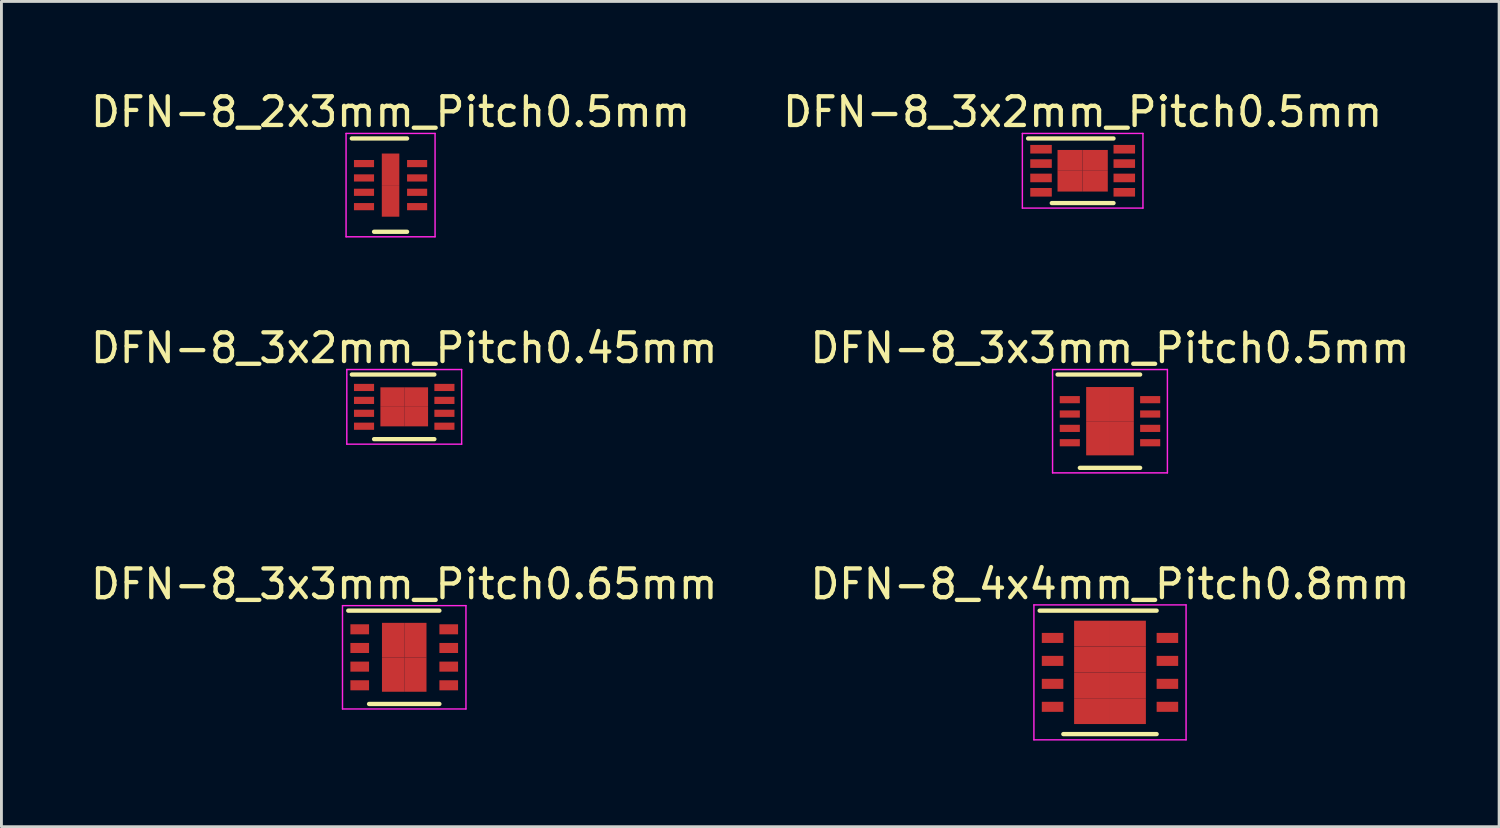
<source format=kicad_pcb>
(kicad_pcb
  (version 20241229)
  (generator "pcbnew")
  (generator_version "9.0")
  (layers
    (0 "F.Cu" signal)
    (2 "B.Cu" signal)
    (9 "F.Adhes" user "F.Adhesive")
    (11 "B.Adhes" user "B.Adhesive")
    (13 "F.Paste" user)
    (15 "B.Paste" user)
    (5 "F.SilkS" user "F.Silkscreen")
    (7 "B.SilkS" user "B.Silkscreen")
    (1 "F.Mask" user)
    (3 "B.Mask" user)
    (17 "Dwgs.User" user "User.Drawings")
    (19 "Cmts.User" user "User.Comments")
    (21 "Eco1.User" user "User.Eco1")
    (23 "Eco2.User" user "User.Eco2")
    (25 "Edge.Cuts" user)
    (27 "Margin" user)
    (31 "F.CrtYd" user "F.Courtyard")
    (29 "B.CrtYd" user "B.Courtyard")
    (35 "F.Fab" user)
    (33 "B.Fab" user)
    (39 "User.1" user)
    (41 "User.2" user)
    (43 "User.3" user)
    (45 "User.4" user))
  (footprint "DFN-8_4x4mm_Pitch0.8mm"
    (layer "F.Cu")
    (at 35.613 20.37)
    (property "Reference" "DFN-8_4x4mm_Pitch0.8mm" (at 0 -3.075 0) (layer "F.SilkS") (effects (font (size 1 1) (thickness 0.15))))
    (attr smd)
    (fp_line (start -2.45 -2.15) (end 1.625 -2.15) (stroke (width 0.15) (type solid)) (layer "F.SilkS"))
    (fp_line (start -1.625 2.15) (end 1.625 2.15) (stroke (width 0.15) (type solid)) (layer "F.SilkS"))
    (fp_line (start -2.65 -2.35) (end -2.65 2.35) (stroke (width 0.05) (type solid)) (layer "F.CrtYd"))
    (fp_line (start -2.65 -2.35) (end 2.65 -2.35) (stroke (width 0.05) (type solid)) (layer "F.CrtYd"))
    (fp_line (start -2.65 2.35) (end 2.65 2.35) (stroke (width 0.05) (type solid)) (layer "F.CrtYd"))
    (fp_line (start 2.65 -2.35) (end 2.65 2.35) (stroke (width 0.05) (type solid)) (layer "F.CrtYd"))
    (pad "1" smd rect (at -2 -1.2) (size 0.75 0.35) (layers "F.Cu" "F.Mask" "F.Paste"))
    (pad "2" smd rect (at -2 -0.4) (size 0.75 0.35) (layers "F.Cu" "F.Mask" "F.Paste"))
    (pad "3" smd rect (at -2 0.4) (size 0.75 0.35) (layers "F.Cu" "F.Mask" "F.Paste"))
    (pad "4" smd rect (at -2 1.2) (size 0.75 0.35) (layers "F.Cu" "F.Mask" "F.Paste"))
    (pad "5" smd rect (at 2 1.2) (size 0.75 0.35) (layers "F.Cu" "F.Mask" "F.Paste"))
    (pad "6" smd rect (at 2 0.4) (size 0.75 0.35) (layers "F.Cu" "F.Mask" "F.Paste"))
    (pad "7" smd rect (at 2 -0.4) (size 0.75 0.35) (layers "F.Cu" "F.Mask" "F.Paste"))
    (pad "8" smd rect (at 2 -1.2) (size 0.75 0.35) (layers "F.Cu" "F.Mask" "F.Paste"))
    (pad "9" smd rect (at -0.625 -1.35) (size 1.25 0.9) (layers "F.Cu" "F.Mask" "F.Paste"))
    (pad "9" smd rect (at -0.625 -0.45) (size 1.25 0.9) (layers "F.Cu" "F.Mask" "F.Paste"))
    (pad "9" smd rect (at -0.625 0.45) (size 1.25 0.9) (layers "F.Cu" "F.Mask" "F.Paste"))
    (pad "9" smd rect (at -0.625 1.35) (size 1.25 0.9) (layers "F.Cu" "F.Mask" "F.Paste"))
    (pad "9" smd rect (at 0.625 -1.35) (size 1.25 0.9) (layers "F.Cu" "F.Mask" "F.Paste"))
    (pad "9" smd rect (at 0.625 -0.45) (size 1.25 0.9) (layers "F.Cu" "F.Mask" "F.Paste"))
    (pad "9" smd rect (at 0.625 0.45) (size 1.25 0.9) (layers "F.Cu" "F.Mask" "F.Paste"))
    (pad "9" smd rect (at 0.625 1.35) (size 1.25 0.9) (layers "F.Cu" "F.Mask" "F.Paste")))
  (footprint "DFN-8_3x3mm_Pitch0.65mm"
    (layer "F.Cu")
    (at 11.03 19.845)
    (property "Reference" "DFN-8_3x3mm_Pitch0.65mm" (at 0 -2.55 0) (layer "F.SilkS") (effects (font (size 1 1) (thickness 0.15))))
    (attr smd)
    (fp_line (start -1.95 -1.625) (end 1.225 -1.625) (stroke (width 0.15) (type solid)) (layer "F.SilkS"))
    (fp_line (start -1.225 1.625) (end 1.225 1.625) (stroke (width 0.15) (type solid)) (layer "F.SilkS"))
    (fp_line (start -2.15 -1.8) (end -2.15 1.8) (stroke (width 0.05) (type solid)) (layer "F.CrtYd"))
    (fp_line (start -2.15 -1.8) (end 2.15 -1.8) (stroke (width 0.05) (type solid)) (layer "F.CrtYd"))
    (fp_line (start -2.15 1.8) (end 2.15 1.8) (stroke (width 0.05) (type solid)) (layer "F.CrtYd"))
    (fp_line (start 2.15 -1.8) (end 2.15 1.8) (stroke (width 0.05) (type solid)) (layer "F.CrtYd"))
    (pad "1" smd rect (at -1.55 -0.975) (size 0.65 0.35) (layers "F.Cu" "F.Mask" "F.Paste"))
    (pad "2" smd rect (at -1.55 -0.325) (size 0.65 0.35) (layers "F.Cu" "F.Mask" "F.Paste"))
    (pad "3" smd rect (at -1.55 0.325) (size 0.65 0.35) (layers "F.Cu" "F.Mask" "F.Paste"))
    (pad "4" smd rect (at -1.55 0.975) (size 0.65 0.35) (layers "F.Cu" "F.Mask" "F.Paste"))
    (pad "5" smd rect (at 1.55 0.975) (size 0.65 0.35) (layers "F.Cu" "F.Mask" "F.Paste"))
    (pad "6" smd rect (at 1.55 0.325) (size 0.65 0.35) (layers "F.Cu" "F.Mask" "F.Paste"))
    (pad "7" smd rect (at 1.55 -0.325) (size 0.65 0.35) (layers "F.Cu" "F.Mask" "F.Paste"))
    (pad "8" smd rect (at 1.55 -0.975) (size 0.65 0.35) (layers "F.Cu" "F.Mask" "F.Paste"))
    (pad "9" smd rect (at -0.388 -0.6) (size 0.775 1.2) (layers "F.Cu" "F.Mask" "F.Paste"))
    (pad "9" smd rect (at -0.388 0.6) (size 0.775 1.2) (layers "F.Cu" "F.Mask" "F.Paste"))
    (pad "9" smd rect (at 0.388 -0.6) (size 0.775 1.2) (layers "F.Cu" "F.Mask" "F.Paste"))
    (pad "9" smd rect (at 0.388 0.6) (size 0.775 1.2) (layers "F.Cu" "F.Mask" "F.Paste")))
  (footprint "DFN-8_3x2mm_Pitch0.5mm"
    (layer "F.Cu")
    (at 34.661 2.898)
    (property "Reference" "DFN-8_3x2mm_Pitch0.5mm" (at 0 -2.05 0) (layer "F.SilkS") (effects (font (size 1 1) (thickness 0.15))))
    (attr smd)
    (fp_line (start -1.9 -1.125) (end 1.075 -1.125) (stroke (width 0.15) (type solid)) (layer "F.SilkS"))
    (fp_line (start -1.075 1.125) (end 1.075 1.125) (stroke (width 0.15) (type solid)) (layer "F.SilkS"))
    (fp_line (start -2.1 -1.3) (end -2.1 1.3) (stroke (width 0.05) (type solid)) (layer "F.CrtYd"))
    (fp_line (start -2.1 -1.3) (end 2.1 -1.3) (stroke (width 0.05) (type solid)) (layer "F.CrtYd"))
    (fp_line (start -2.1 1.3) (end 2.1 1.3) (stroke (width 0.05) (type solid)) (layer "F.CrtYd"))
    (fp_line (start 2.1 -1.3) (end 2.1 1.3) (stroke (width 0.05) (type solid)) (layer "F.CrtYd"))
    (pad "1" smd rect (at -1.45 -0.75) (size 0.75 0.3) (layers "F.Cu" "F.Mask" "F.Paste"))
    (pad "2" smd rect (at -1.45 -0.25) (size 0.75 0.3) (layers "F.Cu" "F.Mask" "F.Paste"))
    (pad "3" smd rect (at -1.45 0.25) (size 0.75 0.3) (layers "F.Cu" "F.Mask" "F.Paste"))
    (pad "4" smd rect (at -1.45 0.75) (size 0.75 0.3) (layers "F.Cu" "F.Mask" "F.Paste"))
    (pad "5" smd rect (at 1.45 0.75) (size 0.75 0.3) (layers "F.Cu" "F.Mask" "F.Paste"))
    (pad "6" smd rect (at 1.45 0.25) (size 0.75 0.3) (layers "F.Cu" "F.Mask" "F.Paste"))
    (pad "7" smd rect (at 1.45 -0.25) (size 0.75 0.3) (layers "F.Cu" "F.Mask" "F.Paste"))
    (pad "8" smd rect (at 1.45 -0.75) (size 0.75 0.3) (layers "F.Cu" "F.Mask" "F.Paste"))
    (pad "9" smd rect (at -0.438 -0.362) (size 0.875 0.725) (layers "F.Cu" "F.Mask" "F.Paste"))
    (pad "9" smd rect (at -0.438 0.362) (size 0.875 0.725) (layers "F.Cu" "F.Mask" "F.Paste"))
    (pad "9" smd rect (at 0.438 -0.362) (size 0.875 0.725) (layers "F.Cu" "F.Mask" "F.Paste"))
    (pad "9" smd rect (at 0.438 0.362) (size 0.875 0.725) (layers "F.Cu" "F.Mask" "F.Paste")))
  (footprint "DFN-8_3x2mm_Pitch0.45mm"
    (layer "F.Cu")
    (at 11.03 11.121)
    (property "Reference" "DFN-8_3x2mm_Pitch0.45mm" (at 0 -2.05 0) (layer "F.SilkS") (effects (font (size 1 1) (thickness 0.15))))
    (attr smd)
    (fp_line (start -1.825 -1.125) (end 1.05 -1.125) (stroke (width 0.15) (type solid)) (layer "F.SilkS"))
    (fp_line (start -1.05 1.125) (end 1.05 1.125) (stroke (width 0.15) (type solid)) (layer "F.SilkS"))
    (fp_line (start -2 -1.3) (end -2 1.3) (stroke (width 0.05) (type solid)) (layer "F.CrtYd"))
    (fp_line (start -2 -1.3) (end 2 -1.3) (stroke (width 0.05) (type solid)) (layer "F.CrtYd"))
    (fp_line (start -2 1.3) (end 2 1.3) (stroke (width 0.05) (type solid)) (layer "F.CrtYd"))
    (fp_line (start 2 -1.3) (end 2 1.3) (stroke (width 0.05) (type solid)) (layer "F.CrtYd"))
    (pad "1" smd rect (at -1.4 -0.675) (size 0.7 0.25) (layers "F.Cu" "F.Mask" "F.Paste"))
    (pad "2" smd rect (at -1.4 -0.225) (size 0.7 0.25) (layers "F.Cu" "F.Mask" "F.Paste"))
    (pad "3" smd rect (at -1.4 0.225) (size 0.7 0.25) (layers "F.Cu" "F.Mask" "F.Paste"))
    (pad "4" smd rect (at -1.4 0.675) (size 0.7 0.25) (layers "F.Cu" "F.Mask" "F.Paste"))
    (pad "5" smd rect (at 1.4 0.675) (size 0.7 0.25) (layers "F.Cu" "F.Mask" "F.Paste"))
    (pad "6" smd rect (at 1.4 0.225) (size 0.7 0.25) (layers "F.Cu" "F.Mask" "F.Paste"))
    (pad "7" smd rect (at 1.4 -0.225) (size 0.7 0.25) (layers "F.Cu" "F.Mask" "F.Paste"))
    (pad "8" smd rect (at 1.4 -0.675) (size 0.7 0.25) (layers "F.Cu" "F.Mask" "F.Paste"))
    (pad "9" smd rect (at -0.415 -0.34) (size 0.83 0.68) (layers "F.Cu" "F.Mask" "F.Paste"))
    (pad "9" smd rect (at -0.415 0.34) (size 0.83 0.68) (layers "F.Cu" "F.Mask" "F.Paste"))
    (pad "9" smd rect (at 0.415 -0.34) (size 0.83 0.68) (layers "F.Cu" "F.Mask" "F.Paste"))
    (pad "9" smd rect (at 0.415 0.34) (size 0.83 0.68) (layers "F.Cu" "F.Mask" "F.Paste")))
  (footprint "DFN-8_2x3mm_Pitch0.5mm"
    (layer "F.Cu")
    (at 10.554 3.398)
    (property "Reference" "DFN-8_2x3mm_Pitch0.5mm" (at 0 -2.55 0) (layer "F.SilkS") (effects (font (size 1 1) (thickness 0.15))))
    (attr smd)
    (fp_line (start -1.35 -1.625) (end 0.575 -1.625) (stroke (width 0.15) (type solid)) (layer "F.SilkS"))
    (fp_line (start -0.575 1.625) (end 0.575 1.625) (stroke (width 0.15) (type solid)) (layer "F.SilkS"))
    (fp_line (start -1.55 -1.8) (end -1.55 1.8) (stroke (width 0.05) (type solid)) (layer "F.CrtYd"))
    (fp_line (start -1.55 -1.8) (end 1.55 -1.8) (stroke (width 0.05) (type solid)) (layer "F.CrtYd"))
    (fp_line (start -1.55 1.8) (end 1.55 1.8) (stroke (width 0.05) (type solid)) (layer "F.CrtYd"))
    (fp_line (start 1.55 -1.8) (end 1.55 1.8) (stroke (width 0.05) (type solid)) (layer "F.CrtYd"))
    (pad "1" smd rect (at -0.925 -0.75) (size 0.7 0.25) (layers "F.Cu" "F.Mask" "F.Paste"))
    (pad "2" smd rect (at -0.925 -0.25) (size 0.7 0.25) (layers "F.Cu" "F.Mask" "F.Paste"))
    (pad "3" smd rect (at -0.925 0.25) (size 0.7 0.25) (layers "F.Cu" "F.Mask" "F.Paste"))
    (pad "4" smd rect (at -0.925 0.75) (size 0.7 0.25) (layers "F.Cu" "F.Mask" "F.Paste"))
    (pad "5" smd rect (at 0.925 0.75) (size 0.7 0.25) (layers "F.Cu" "F.Mask" "F.Paste"))
    (pad "6" smd rect (at 0.925 0.25) (size 0.7 0.25) (layers "F.Cu" "F.Mask" "F.Paste"))
    (pad "7" smd rect (at 0.925 -0.25) (size 0.7 0.25) (layers "F.Cu" "F.Mask" "F.Paste"))
    (pad "8" smd rect (at 0.925 -0.75) (size 0.7 0.25) (layers "F.Cu" "F.Mask" "F.Paste"))
    (pad "9" smd rect (at 0 -0.55) (size 0.61 1.1) (layers "F.Cu" "F.Mask" "F.Paste"))
    (pad "9" smd rect (at 0 0.55) (size 0.61 1.1) (layers "F.Cu" "F.Mask" "F.Paste")))
  (footprint "DFN-8_3x3mm_Pitch0.5mm"
    (layer "F.Cu")
    (at 35.613 11.621)
    (property "Reference" "DFN-8_3x3mm_Pitch0.5mm" (at 0 -2.55 0) (layer "F.SilkS") (effects (font (size 1 1) (thickness 0.15))))
    (attr smd)
    (fp_line (start -1.825 -1.625) (end 1.05 -1.625) (stroke (width 0.15) (type solid)) (layer "F.SilkS"))
    (fp_line (start -1.05 1.625) (end 1.05 1.625) (stroke (width 0.15) (type solid)) (layer "F.SilkS"))
    (fp_line (start -2 -1.8) (end -2 1.8) (stroke (width 0.05) (type solid)) (layer "F.CrtYd"))
    (fp_line (start -2 -1.8) (end 2 -1.8) (stroke (width 0.05) (type solid)) (layer "F.CrtYd"))
    (fp_line (start -2 1.8) (end 2 1.8) (stroke (width 0.05) (type solid)) (layer "F.CrtYd"))
    (fp_line (start 2 -1.8) (end 2 1.8) (stroke (width 0.05) (type solid)) (layer "F.CrtYd"))
    (pad "1" smd rect (at -1.4 -0.75) (size 0.7 0.25) (layers "F.Cu" "F.Mask" "F.Paste"))
    (pad "2" smd rect (at -1.4 -0.25) (size 0.7 0.25) (layers "F.Cu" "F.Mask" "F.Paste"))
    (pad "3" smd rect (at -1.4 0.25) (size 0.7 0.25) (layers "F.Cu" "F.Mask" "F.Paste"))
    (pad "4" smd rect (at -1.4 0.75) (size 0.7 0.25) (layers "F.Cu" "F.Mask" "F.Paste"))
    (pad "5" smd rect (at 1.4 0.75) (size 0.7 0.25) (layers "F.Cu" "F.Mask" "F.Paste"))
    (pad "6" smd rect (at 1.4 0.25) (size 0.7 0.25) (layers "F.Cu" "F.Mask" "F.Paste"))
    (pad "7" smd rect (at 1.4 -0.25) (size 0.7 0.25) (layers "F.Cu" "F.Mask" "F.Paste"))
    (pad "8" smd rect (at 1.4 -0.75) (size 0.7 0.25) (layers "F.Cu" "F.Mask" "F.Paste"))
    (pad "9" smd rect (at -0.415 -0.595) (size 0.83 1.19) (layers "F.Cu" "F.Mask" "F.Paste"))
    (pad "9" smd rect (at -0.415 0.595) (size 0.83 1.19) (layers "F.Cu" "F.Mask" "F.Paste"))
    (pad "9" smd rect (at 0.415 -0.595) (size 0.83 1.19) (layers "F.Cu" "F.Mask" "F.Paste"))
    (pad "9" smd rect (at 0.415 0.595) (size 0.83 1.19) (layers "F.Cu" "F.Mask" "F.Paste")))
  (gr_rect
    (start -3 -3)
    (end 49.167 25.745)
    (stroke (width 0.1) (type default))
    (fill no)
    (layer "Edge.Cuts")))
</source>
